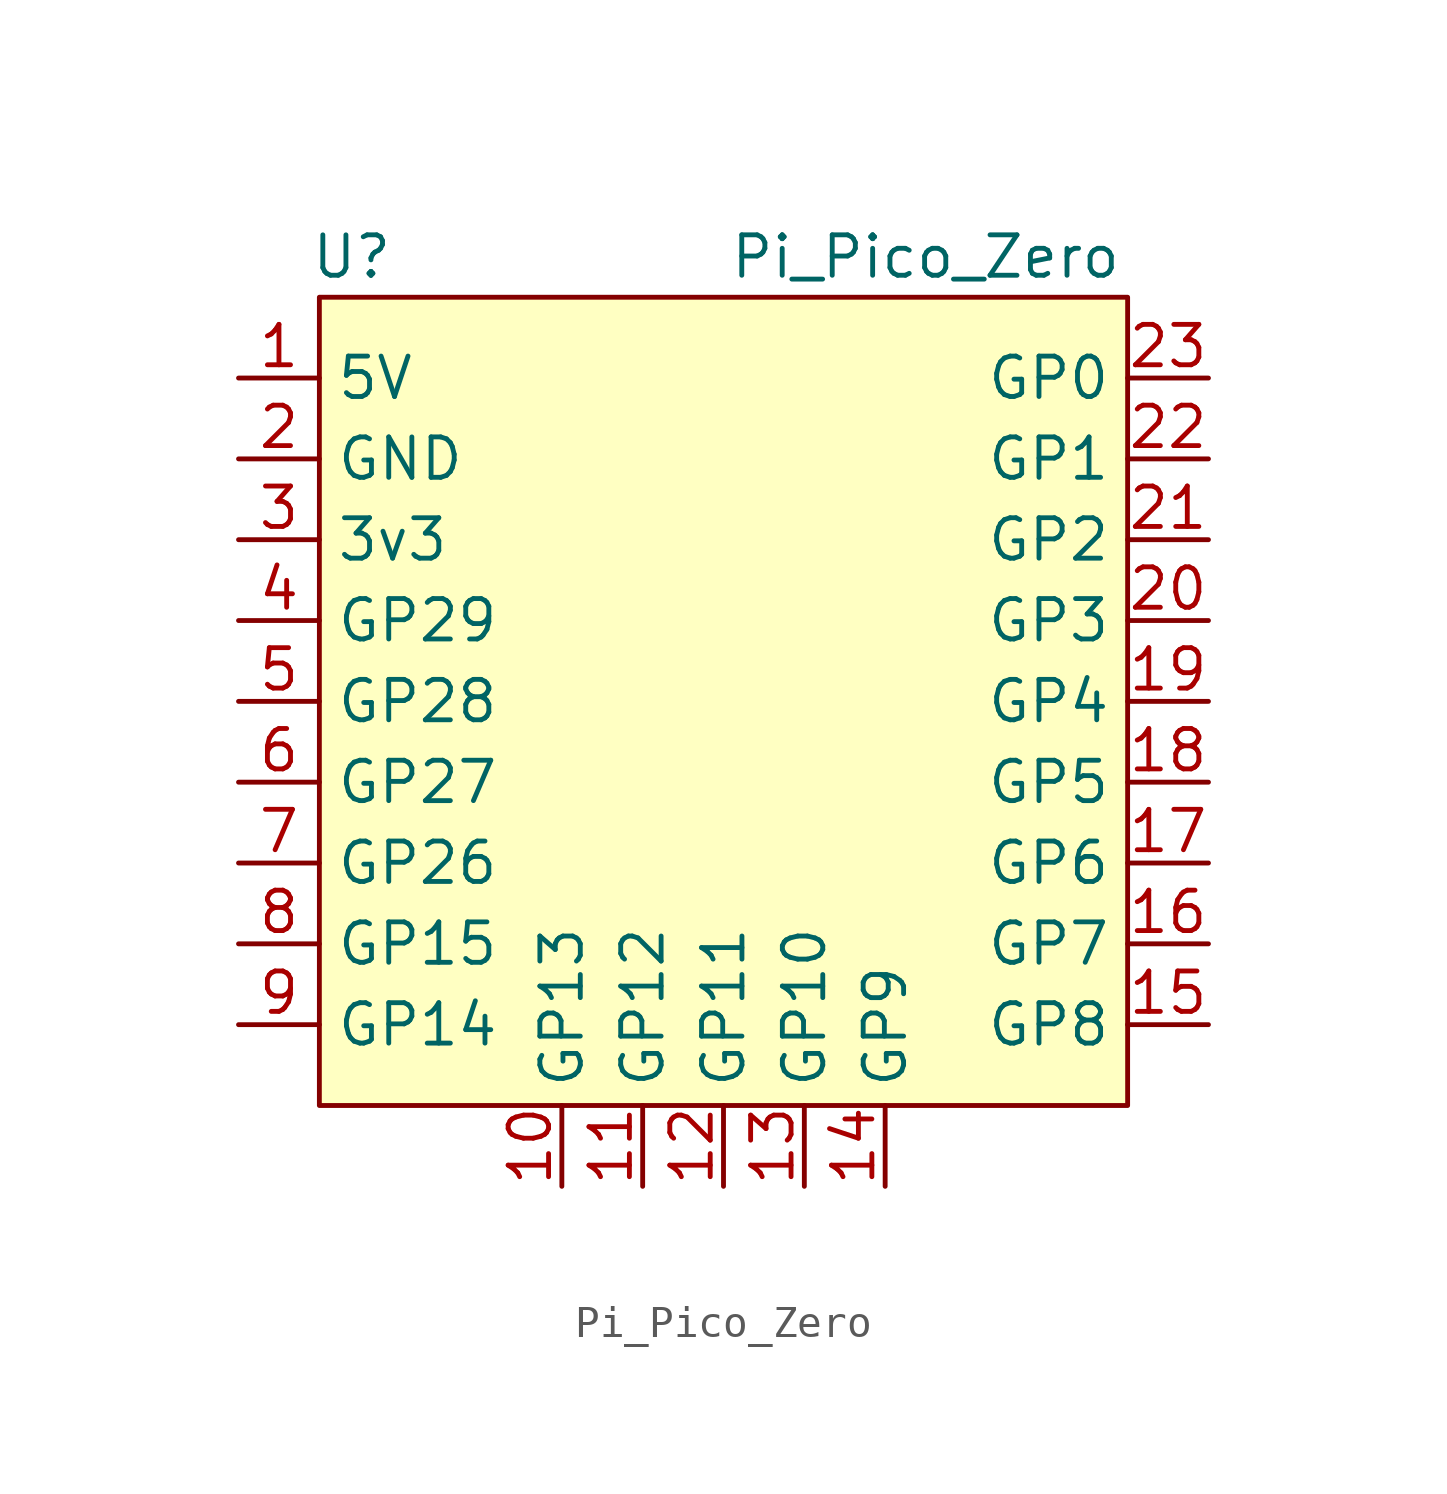
<source format=kicad_sym>
(kicad_symbol_lib
  (version 20231120)
  (generator "kicad_symbol_editor")
  (generator_version "8.0")
  (symbol "Pi_Pico_Zero"
    (property "Reference" "U"
      (at -11.684 13.97 0)
      (effects (font (size 1.27 1.27))))
    (property "Value" "Pi_Pico_Zero"
      (at 6.35 13.97 0)
      (effects (font (size 1.27 1.27))))
    (symbol "Pi_Pico_Zero_1_1"
      (rectangle (start -12.7 12.7) (end 12.7 -12.7) (stroke (width 0) (type default)) (fill (type background)))
      (pin input line (at -15.24 10.16 0) (length 2.54) (name "5V" (effects (font (size 1.27 1.27)))) (number "1" (effects (font (size 1.27 1.27)))))
      (pin input line (at -5.08 -15.24 90) (length 2.54) (name "GP13" (effects (font (size 1.27 1.27)))) (number "10" (effects (font (size 1.27 1.27)))))
      (pin input line (at -2.54 -15.24 90) (length 2.54) (name "GP12" (effects (font (size 1.27 1.27)))) (number "11" (effects (font (size 1.27 1.27)))))
      (pin input line (at 0 -15.24 90) (length 2.54) (name "GP11" (effects (font (size 1.27 1.27)))) (number "12" (effects (font (size 1.27 1.27)))))
      (pin input line (at 2.54 -15.24 90) (length 2.54) (name "GP10" (effects (font (size 1.27 1.27)))) (number "13" (effects (font (size 1.27 1.27)))))
      (pin input line (at 5.08 -15.24 90) (length 2.54) (name "GP9" (effects (font (size 1.27 1.27)))) (number "14" (effects (font (size 1.27 1.27)))))
      (pin input line (at 15.24 -10.16 180) (length 2.54) (name "GP8" (effects (font (size 1.27 1.27)))) (number "15" (effects (font (size 1.27 1.27)))))
      (pin input line (at 15.24 -7.62 180) (length 2.54) (name "GP7" (effects (font (size 1.27 1.27)))) (number "16" (effects (font (size 1.27 1.27)))))
      (pin input line (at 15.24 -5.08 180) (length 2.54) (name "GP6" (effects (font (size 1.27 1.27)))) (number "17" (effects (font (size 1.27 1.27)))))
      (pin input line (at 15.24 -2.54 180) (length 2.54) (name "GP5" (effects (font (size 1.27 1.27)))) (number "18" (effects (font (size 1.27 1.27)))))
      (pin input line (at 15.24 0 180) (length 2.54) (name "GP4" (effects (font (size 1.27 1.27)))) (number "19" (effects (font (size 1.27 1.27)))))
      (pin input line (at -15.24 7.62 0) (length 2.54) (name "GND" (effects (font (size 1.27 1.27)))) (number "2" (effects (font (size 1.27 1.27)))))
      (pin input line (at 15.24 2.54 180) (length 2.54) (name "GP3" (effects (font (size 1.27 1.27)))) (number "20" (effects (font (size 1.27 1.27)))))
      (pin input line (at 15.24 5.08 180) (length 2.54) (name "GP2" (effects (font (size 1.27 1.27)))) (number "21" (effects (font (size 1.27 1.27)))))
      (pin input line (at 15.24 7.62 180) (length 2.54) (name "GP1" (effects (font (size 1.27 1.27)))) (number "22" (effects (font (size 1.27 1.27)))))
      (pin input line (at 15.24 10.16 180) (length 2.54) (name "GP0" (effects (font (size 1.27 1.27)))) (number "23" (effects (font (size 1.27 1.27)))))
      (pin input line (at -15.24 5.08 0) (length 2.54) (name "3v3" (effects (font (size 1.27 1.27)))) (number "3" (effects (font (size 1.27 1.27)))))
      (pin input line (at -15.24 2.54 0) (length 2.54) (name "GP29" (effects (font (size 1.27 1.27)))) (number "4" (effects (font (size 1.27 1.27)))))
      (pin input line (at -15.24 0 0) (length 2.54) (name "GP28" (effects (font (size 1.27 1.27)))) (number "5" (effects (font (size 1.27 1.27)))))
      (pin input line (at -15.24 -2.54 0) (length 2.54) (name "GP27" (effects (font (size 1.27 1.27)))) (number "6" (effects (font (size 1.27 1.27)))))
      (pin input line (at -15.24 -5.08 0) (length 2.54) (name "GP26" (effects (font (size 1.27 1.27)))) (number "7" (effects (font (size 1.27 1.27)))))
      (pin input line (at -15.24 -7.62 0) (length 2.54) (name "GP15" (effects (font (size 1.27 1.27)))) (number "8" (effects (font (size 1.27 1.27)))))
      (pin input line (at -15.24 -10.16 0) (length 2.54) (name "GP14" (effects (font (size 1.27 1.27)))) (number "9" (effects (font (size 1.27 1.27))))))))
</source>
